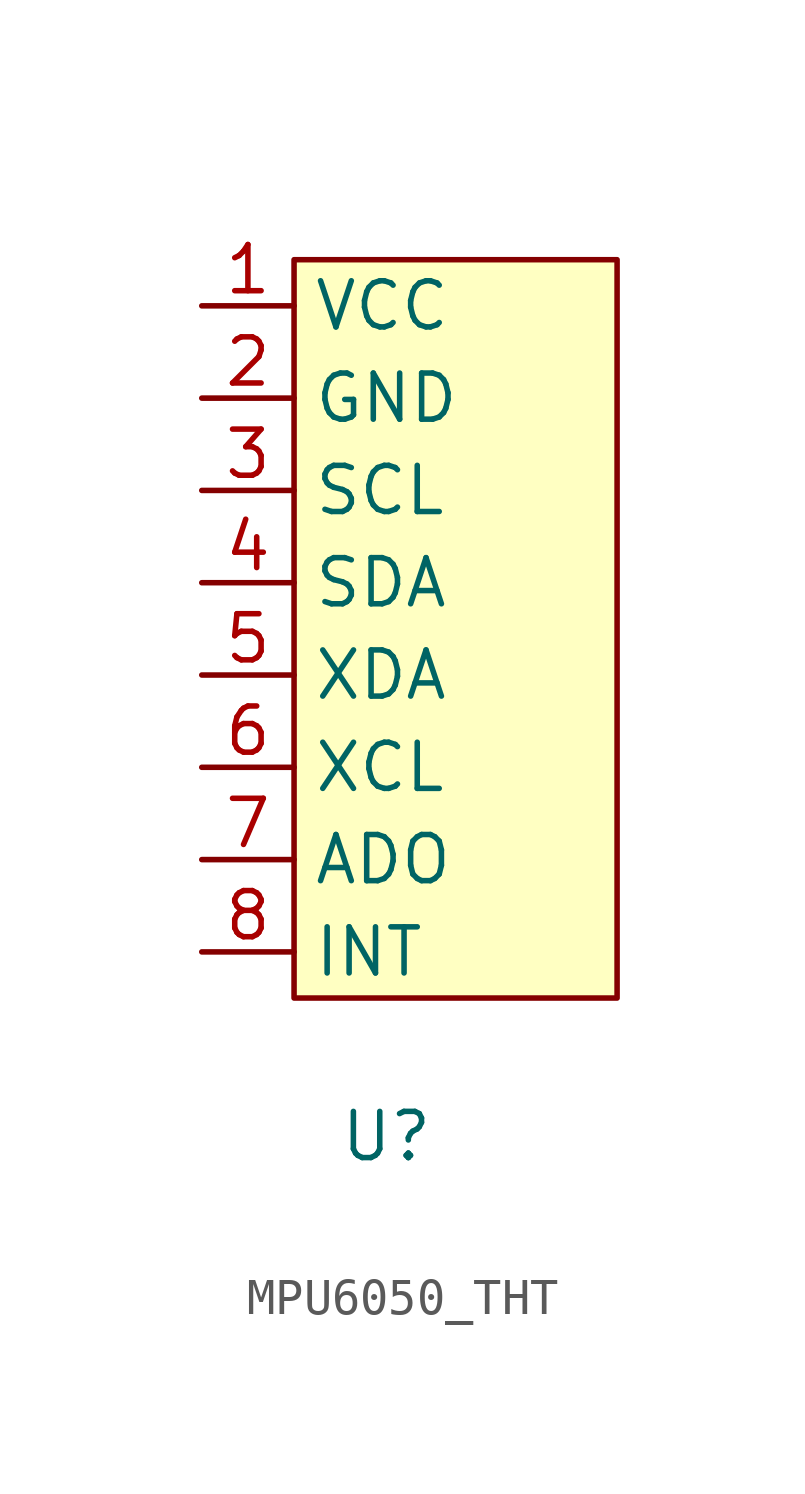
<source format=kicad_sym>
(kicad_symbol_lib
  (version 20220914)
  (generator kicad_symbol_editor)
  (symbol "MPU6050_THT"
    (property "Reference" "U"
      (at 0 0 0)
      (effects (font (size 1.27 1.27))))
    (property "Value" ""
      (at 0 0 0)
      (effects (font (size 1.27 1.27))))
    (symbol "MPU6050_THT_1_1"
      (rectangle (start -2.54 24.13) (end 6.35 3.81) (stroke (width 0) (type default)) (fill (type background)))
      (pin power_in line (at -5.08 22.86 0) (length 2.54) (name "VCC" (effects (font (size 1.27 1.27)))) (number "1" (effects (font (size 1.27 1.27)))))
      (pin power_in line (at -5.08 20.32 0) (length 2.54) (name "GND" (effects (font (size 1.27 1.27)))) (number "2" (effects (font (size 1.27 1.27)))))
      (pin output line (at -5.08 17.78 0) (length 2.54) (name "SCL" (effects (font (size 1.27 1.27)))) (number "3" (effects (font (size 1.27 1.27)))))
      (pin output line (at -5.08 15.24 0) (length 2.54) (name "SDA" (effects (font (size 1.27 1.27)))) (number "4" (effects (font (size 1.27 1.27)))))
      (pin output line (at -5.08 12.7 0) (length 2.54) (name "XDA" (effects (font (size 1.27 1.27)))) (number "5" (effects (font (size 1.27 1.27)))))
      (pin output line (at -5.08 10.16 0) (length 2.54) (name "XCL" (effects (font (size 1.27 1.27)))) (number "6" (effects (font (size 1.27 1.27)))))
      (pin output line (at -5.08 7.62 0) (length 2.54) (name "ADO" (effects (font (size 1.27 1.27)))) (number "7" (effects (font (size 1.27 1.27)))))
      (pin output line (at -5.08 5.08 0) (length 2.54) (name "INT" (effects (font (size 1.27 1.27)))) (number "8" (effects (font (size 1.27 1.27))))))))
</source>
